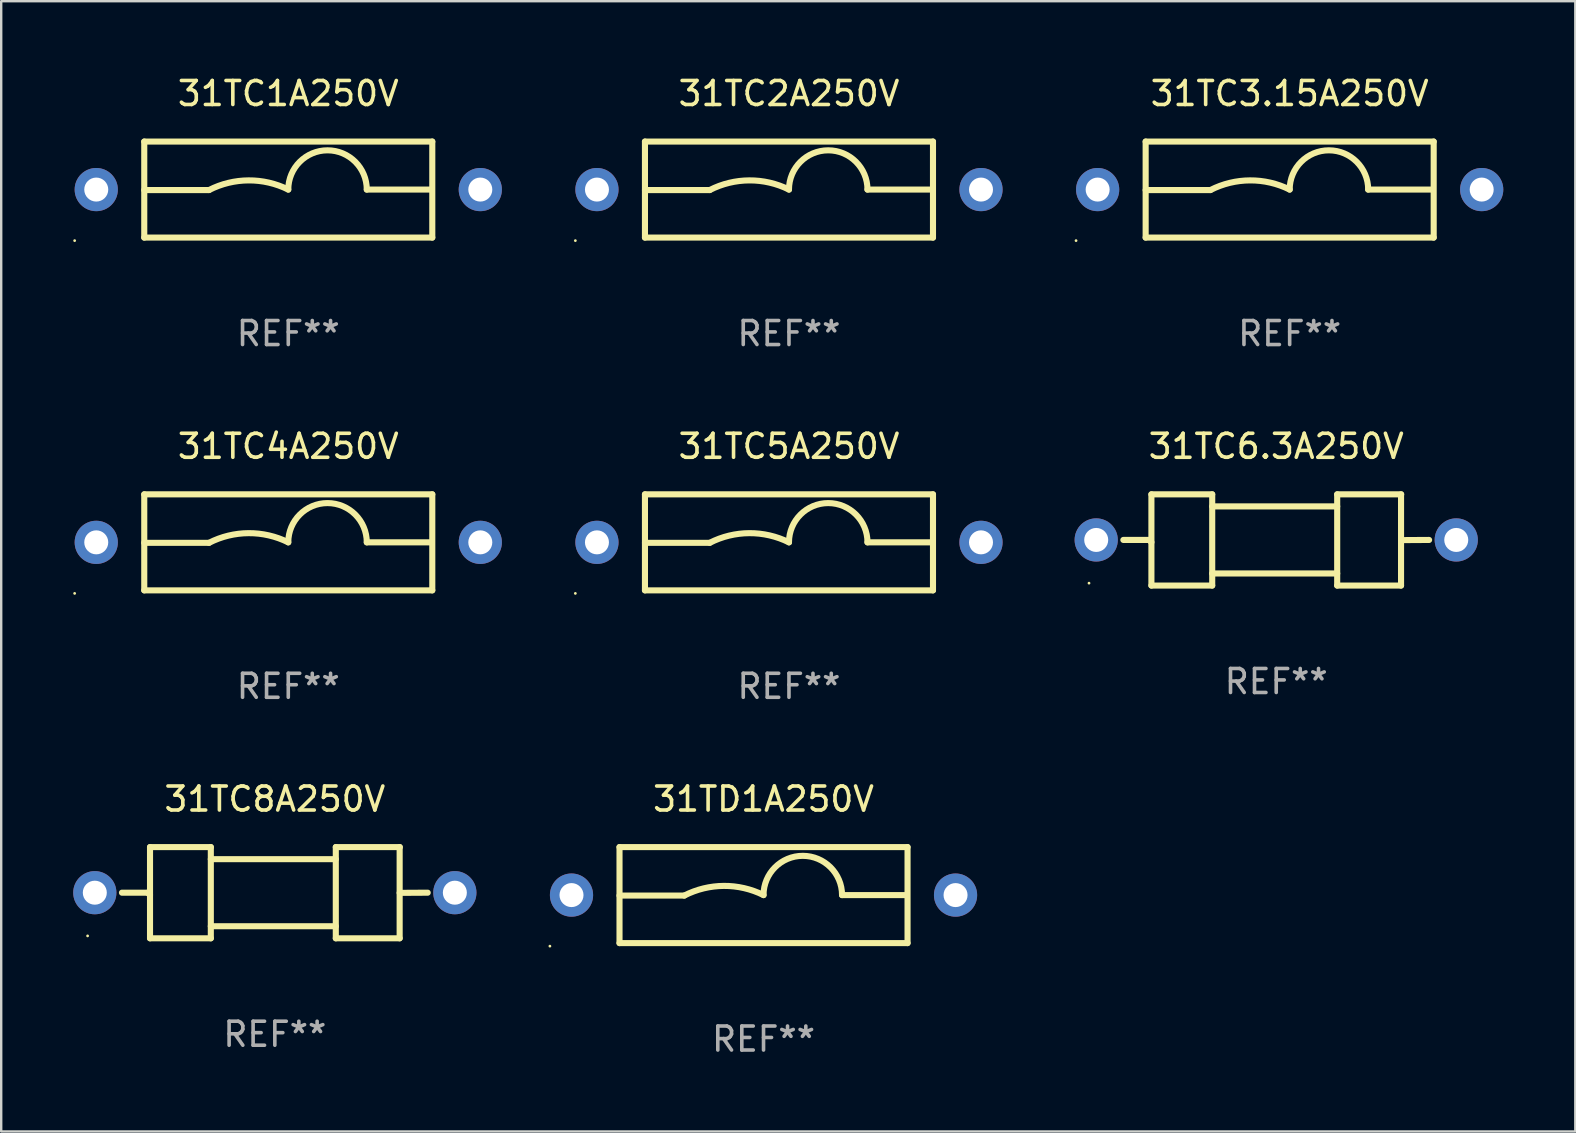
<source format=kicad_pcb>
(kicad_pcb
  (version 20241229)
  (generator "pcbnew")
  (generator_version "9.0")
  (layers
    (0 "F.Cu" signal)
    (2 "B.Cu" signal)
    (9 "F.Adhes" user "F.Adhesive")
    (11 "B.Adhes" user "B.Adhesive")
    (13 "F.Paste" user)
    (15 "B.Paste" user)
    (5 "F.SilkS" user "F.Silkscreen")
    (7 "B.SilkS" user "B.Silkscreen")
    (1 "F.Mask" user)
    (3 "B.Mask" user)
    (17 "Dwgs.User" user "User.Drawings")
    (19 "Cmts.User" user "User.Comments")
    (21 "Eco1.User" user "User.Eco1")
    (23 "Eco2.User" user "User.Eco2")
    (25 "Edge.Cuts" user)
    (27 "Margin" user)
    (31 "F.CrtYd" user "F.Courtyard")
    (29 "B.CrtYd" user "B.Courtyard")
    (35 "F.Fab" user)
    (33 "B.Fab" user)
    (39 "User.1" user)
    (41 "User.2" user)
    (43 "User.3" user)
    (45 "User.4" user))
  (footprint "31TC8A250V"
    (layer "F.Cu")
    (at 8.4 34.141)
    (property "Reference" "31TC8A250V" (at 0 -3.9 0) (layer "F.SilkS") (effects (font (size 1 1) (thickness 0.15))))
    (attr through_hole)
    (fp_line (start -6.369 -0.000013) (end -5.295 -0.000013) (stroke (width 0.254) (type solid)) (layer "F.SilkS"))
    (fp_line (start -5.295 -0.000013) (end -5.2 0.095) (stroke (width 0.254) (type solid)) (layer "F.SilkS"))
    (fp_line (start -5.2 -1.9) (end -5.2 1.9) (stroke (width 0.254) (type solid)) (layer "F.SilkS"))
    (fp_line (start -5.2 -1.9) (end -2.667 -1.9) (stroke (width 0.254) (type solid)) (layer "F.SilkS"))
    (fp_line (start -5.2 1.9) (end -2.667 1.9) (stroke (width 0.254) (type solid)) (layer "F.SilkS"))
    (fp_line (start -2.667 -1.9) (end -2.667 1.9) (stroke (width 0.254) (type solid)) (layer "F.SilkS"))
    (fp_line (start -2.667 -1.397) (end 2.54 -1.397) (stroke (width 0.254) (type solid)) (layer "F.SilkS"))
    (fp_line (start -2.667 1.397) (end 2.54 1.397) (stroke (width 0.254) (type solid)) (layer "F.SilkS"))
    (fp_line (start 2.54 -1.9) (end 2.54 1.9) (stroke (width 0.254) (type solid)) (layer "F.SilkS"))
    (fp_line (start 2.54 -1.9) (end 5.207 -1.9) (stroke (width 0.254) (type solid)) (layer "F.SilkS"))
    (fp_line (start 2.54 1.9) (end 5.2 1.9) (stroke (width 0.254) (type solid)) (layer "F.SilkS"))
    (fp_line (start 5.2 -1.9) (end 5.2 1.9) (stroke (width 0.254) (type solid)) (layer "F.SilkS"))
    (fp_line (start 6.369 -0.000013) (end 5.2 0.007) (stroke (width 0.254) (type solid)) (layer "F.SilkS"))
    (fp_circle (center -7.8 1.8) (end -7.77 1.8) (stroke (width 0.06) (type solid)) (fill no) (layer "F.SilkS"))
    (fp_text user "REF**" (at 0 5.9 0) (layer "F.Fab") (effects (font (size 1 1) (thickness 0.15))))
    (pad "1" thru_hole circle (at -7.5 -0.000013) (size 1.8 1.8) (drill 1) (layers "*.Cu" "*.Mask"))
    (pad "2" thru_hole circle (at 7.5 -0.000013) (size 1.8 1.8) (drill 1) (layers "*.Cu" "*.Mask")))
  (footprint "31TC1A250V"
    (layer "F.Cu")
    (at 8.96 4.848)
    (property "Reference" "31TC1A250V" (at 0 -4 0) (layer "F.SilkS") (effects (font (size 1 1) (thickness 0.15))))
    (attr through_hole)
    (fp_line (start -6 -2) (end 6 -2) (stroke (width 0.254) (type solid)) (layer "F.SilkS"))
    (fp_line (start -6 0.02) (end -3.302 0.02) (stroke (width 0.254) (type solid)) (layer "F.SilkS"))
    (fp_line (start -6 2) (end -6 -2) (stroke (width 0.254) (type solid)) (layer "F.SilkS"))
    (fp_line (start 5.969 0) (end 3.271 0) (stroke (width 0.254) (type solid)) (layer "F.SilkS"))
    (fp_line (start 6 -2) (end 6 2) (stroke (width 0.254) (type solid)) (layer "F.SilkS"))
    (fp_line (start 6 2) (end -6 2) (stroke (width 0.254) (type solid)) (layer "F.SilkS"))
    (fp_arc (start -3.302007 0.020218) (mid -1.653409 -0.382715) (end 0 0) (stroke (width 0.254001) (type solid)) (layer "F.SilkS"))
    (fp_arc (start 0.000001 0) (mid 1.635497 -1.634823) (end 3.270993 0) (stroke (width 0.254001) (type solid)) (layer "F.SilkS"))
    (fp_circle (center -8.9 2.127) (end -8.87 2.127) (stroke (width 0.06) (type solid)) (fill no) (layer "F.SilkS"))
    (fp_text user "REF**" (at 0 6 0) (layer "F.Fab") (effects (font (size 1 1) (thickness 0.15))))
    (pad "1" thru_hole circle (at -8 0) (size 1.8 1.8) (drill 1) (layers "*.Cu" "*.Mask"))
    (pad "2" thru_hole circle (at 8 0) (size 1.8 1.8) (drill 1) (layers "*.Cu" "*.Mask")))
  (footprint "31TC2A250V"
    (layer "F.Cu")
    (at 29.82 4.848)
    (property "Reference" "31TC2A250V" (at 0 -4 0) (layer "F.SilkS") (effects (font (size 1 1) (thickness 0.15))))
    (attr through_hole)
    (fp_line (start -6 -2) (end 6 -2) (stroke (width 0.254) (type solid)) (layer "F.SilkS"))
    (fp_line (start -6 0.02) (end -3.302 0.02) (stroke (width 0.254) (type solid)) (layer "F.SilkS"))
    (fp_line (start -6 2) (end -6 -2) (stroke (width 0.254) (type solid)) (layer "F.SilkS"))
    (fp_line (start 5.969 0) (end 3.271 0) (stroke (width 0.254) (type solid)) (layer "F.SilkS"))
    (fp_line (start 6 -2) (end 6 2) (stroke (width 0.254) (type solid)) (layer "F.SilkS"))
    (fp_line (start 6 2) (end -6 2) (stroke (width 0.254) (type solid)) (layer "F.SilkS"))
    (fp_arc (start -3.302007 0.020218) (mid -1.653409 -0.382715) (end 0 0) (stroke (width 0.254001) (type solid)) (layer "F.SilkS"))
    (fp_arc (start 0.000001 0) (mid 1.635497 -1.634823) (end 3.270993 0) (stroke (width 0.254001) (type solid)) (layer "F.SilkS"))
    (fp_circle (center -8.9 2.127) (end -8.87 2.127) (stroke (width 0.06) (type solid)) (fill no) (layer "F.SilkS"))
    (fp_text user "REF**" (at 0 6 0) (layer "F.Fab") (effects (font (size 1 1) (thickness 0.15))))
    (pad "1" thru_hole circle (at -8 0) (size 1.8 1.8) (drill 1) (layers "*.Cu" "*.Mask"))
    (pad "2" thru_hole circle (at 8 0) (size 1.8 1.8) (drill 1) (layers "*.Cu" "*.Mask")))
  (footprint "31TC5A250V"
    (layer "F.Cu")
    (at 29.82 19.545)
    (property "Reference" "31TC5A250V" (at 0 -4 0) (layer "F.SilkS") (effects (font (size 1 1) (thickness 0.15))))
    (attr through_hole)
    (fp_line (start -6 -2) (end 6 -2) (stroke (width 0.254) (type solid)) (layer "F.SilkS"))
    (fp_line (start -6 0.02) (end -3.302 0.02) (stroke (width 0.254) (type solid)) (layer "F.SilkS"))
    (fp_line (start -6 2) (end -6 -2) (stroke (width 0.254) (type solid)) (layer "F.SilkS"))
    (fp_line (start 5.969 0) (end 3.271 0) (stroke (width 0.254) (type solid)) (layer "F.SilkS"))
    (fp_line (start 6 -2) (end 6 2) (stroke (width 0.254) (type solid)) (layer "F.SilkS"))
    (fp_line (start 6 2) (end -6 2) (stroke (width 0.254) (type solid)) (layer "F.SilkS"))
    (fp_arc (start -3.302007 0.020218) (mid -1.653409 -0.382715) (end 0 0) (stroke (width 0.254001) (type solid)) (layer "F.SilkS"))
    (fp_arc (start 0.000001 0) (mid 1.635497 -1.634823) (end 3.270993 0) (stroke (width 0.254001) (type solid)) (layer "F.SilkS"))
    (fp_circle (center -8.9 2.127) (end -8.87 2.127) (stroke (width 0.06) (type solid)) (fill no) (layer "F.SilkS"))
    (fp_text user "REF**" (at 0 6 0) (layer "F.Fab") (effects (font (size 1 1) (thickness 0.15))))
    (pad "1" thru_hole circle (at -8 0) (size 1.8 1.8) (drill 1) (layers "*.Cu" "*.Mask"))
    (pad "2" thru_hole circle (at 8 0) (size 1.8 1.8) (drill 1) (layers "*.Cu" "*.Mask")))
  (footprint "31TD1A250V"
    (layer "F.Cu")
    (at 28.76 34.241)
    (property "Reference" "31TD1A250V" (at 0 -4 0) (layer "F.SilkS") (effects (font (size 1 1) (thickness 0.15))))
    (attr through_hole)
    (fp_line (start -6 -2) (end 6 -2) (stroke (width 0.254) (type solid)) (layer "F.SilkS"))
    (fp_line (start -6 0.02) (end -3.302 0.02) (stroke (width 0.254) (type solid)) (layer "F.SilkS"))
    (fp_line (start -6 2) (end -6 -2) (stroke (width 0.254) (type solid)) (layer "F.SilkS"))
    (fp_line (start 5.969 0) (end 3.271 0) (stroke (width 0.254) (type solid)) (layer "F.SilkS"))
    (fp_line (start 6 -2) (end 6 2) (stroke (width 0.254) (type solid)) (layer "F.SilkS"))
    (fp_line (start 6 2) (end -6 2) (stroke (width 0.254) (type solid)) (layer "F.SilkS"))
    (fp_arc (start -3.302007 0.020218) (mid -1.653409 -0.382715) (end 0 0) (stroke (width 0.254001) (type solid)) (layer "F.SilkS"))
    (fp_arc (start 0.000001 0) (mid 1.635497 -1.634823) (end 3.270993 0) (stroke (width 0.254001) (type solid)) (layer "F.SilkS"))
    (fp_circle (center -8.9 2.127) (end -8.87 2.127) (stroke (width 0.06) (type solid)) (fill no) (layer "F.SilkS"))
    (fp_text user "REF**" (at 0 6 0) (layer "F.Fab") (effects (font (size 1 1) (thickness 0.15))))
    (pad "1" thru_hole circle (at -8 0) (size 1.8 1.8) (drill 1) (layers "*.Cu" "*.Mask"))
    (pad "2" thru_hole circle (at 8 0) (size 1.8 1.8) (drill 1) (layers "*.Cu" "*.Mask")))
  (footprint "31TC4A250V"
    (layer "F.Cu")
    (at 8.96 19.545)
    (property "Reference" "31TC4A250V" (at 0 -4 0) (layer "F.SilkS") (effects (font (size 1 1) (thickness 0.15))))
    (attr through_hole)
    (fp_line (start -6 -2) (end 6 -2) (stroke (width 0.254) (type solid)) (layer "F.SilkS"))
    (fp_line (start -6 0.02) (end -3.302 0.02) (stroke (width 0.254) (type solid)) (layer "F.SilkS"))
    (fp_line (start -6 2) (end -6 -2) (stroke (width 0.254) (type solid)) (layer "F.SilkS"))
    (fp_line (start 5.969 0) (end 3.271 0) (stroke (width 0.254) (type solid)) (layer "F.SilkS"))
    (fp_line (start 6 -2) (end 6 2) (stroke (width 0.254) (type solid)) (layer "F.SilkS"))
    (fp_line (start 6 2) (end -6 2) (stroke (width 0.254) (type solid)) (layer "F.SilkS"))
    (fp_arc (start -3.302007 0.020218) (mid -1.653409 -0.382715) (end 0 0) (stroke (width 0.254001) (type solid)) (layer "F.SilkS"))
    (fp_arc (start 0.000001 0) (mid 1.635497 -1.634823) (end 3.270993 0) (stroke (width 0.254001) (type solid)) (layer "F.SilkS"))
    (fp_circle (center -8.9 2.127) (end -8.87 2.127) (stroke (width 0.06) (type solid)) (fill no) (layer "F.SilkS"))
    (fp_text user "REF**" (at 0 6 0) (layer "F.Fab") (effects (font (size 1 1) (thickness 0.15))))
    (pad "1" thru_hole circle (at -8 0) (size 1.8 1.8) (drill 1) (layers "*.Cu" "*.Mask"))
    (pad "2" thru_hole circle (at 8 0) (size 1.8 1.8) (drill 1) (layers "*.Cu" "*.Mask")))
  (footprint "31TC6.3A250V"
    (layer "F.Cu")
    (at 50.12 19.445)
    (property "Reference" "31TC6.3A250V" (at 0 -3.9 0) (layer "F.SilkS") (effects (font (size 1 1) (thickness 0.15))))
    (attr through_hole)
    (fp_line (start -6.369 -0.000013) (end -5.295 -0.000013) (stroke (width 0.254) (type solid)) (layer "F.SilkS"))
    (fp_line (start -5.295 -0.000013) (end -5.2 0.095) (stroke (width 0.254) (type solid)) (layer "F.SilkS"))
    (fp_line (start -5.2 -1.9) (end -5.2 1.9) (stroke (width 0.254) (type solid)) (layer "F.SilkS"))
    (fp_line (start -5.2 -1.9) (end -2.667 -1.9) (stroke (width 0.254) (type solid)) (layer "F.SilkS"))
    (fp_line (start -5.2 1.9) (end -2.667 1.9) (stroke (width 0.254) (type solid)) (layer "F.SilkS"))
    (fp_line (start -2.667 -1.9) (end -2.667 1.9) (stroke (width 0.254) (type solid)) (layer "F.SilkS"))
    (fp_line (start -2.667 -1.397) (end 2.54 -1.397) (stroke (width 0.254) (type solid)) (layer "F.SilkS"))
    (fp_line (start -2.667 1.397) (end 2.54 1.397) (stroke (width 0.254) (type solid)) (layer "F.SilkS"))
    (fp_line (start 2.54 -1.9) (end 2.54 1.9) (stroke (width 0.254) (type solid)) (layer "F.SilkS"))
    (fp_line (start 2.54 -1.9) (end 5.207 -1.9) (stroke (width 0.254) (type solid)) (layer "F.SilkS"))
    (fp_line (start 2.54 1.9) (end 5.2 1.9) (stroke (width 0.254) (type solid)) (layer "F.SilkS"))
    (fp_line (start 5.2 -1.9) (end 5.2 1.9) (stroke (width 0.254) (type solid)) (layer "F.SilkS"))
    (fp_line (start 6.369 -0.000013) (end 5.2 0.007) (stroke (width 0.254) (type solid)) (layer "F.SilkS"))
    (fp_circle (center -7.8 1.8) (end -7.77 1.8) (stroke (width 0.06) (type solid)) (fill no) (layer "F.SilkS"))
    (fp_text user "REF**" (at 0 5.9 0) (layer "F.Fab") (effects (font (size 1 1) (thickness 0.15))))
    (pad "1" thru_hole circle (at -7.5 -0.000013) (size 1.8 1.8) (drill 1) (layers "*.Cu" "*.Mask"))
    (pad "2" thru_hole circle (at 7.5 -0.000013) (size 1.8 1.8) (drill 1) (layers "*.Cu" "*.Mask")))
  (footprint "31TC3.15A250V"
    (layer "F.Cu")
    (at 50.68 4.848)
    (property "Reference" "31TC3.15A250V" (at 0 -4 0) (layer "F.SilkS") (effects (font (size 1 1) (thickness 0.15))))
    (attr through_hole)
    (fp_line (start -6 -2) (end 6 -2) (stroke (width 0.254) (type solid)) (layer "F.SilkS"))
    (fp_line (start -6 0.02) (end -3.302 0.02) (stroke (width 0.254) (type solid)) (layer "F.SilkS"))
    (fp_line (start -6 2) (end -6 -2) (stroke (width 0.254) (type solid)) (layer "F.SilkS"))
    (fp_line (start 5.969 0) (end 3.271 0) (stroke (width 0.254) (type solid)) (layer "F.SilkS"))
    (fp_line (start 6 -2) (end 6 2) (stroke (width 0.254) (type solid)) (layer "F.SilkS"))
    (fp_line (start 6 2) (end -6 2) (stroke (width 0.254) (type solid)) (layer "F.SilkS"))
    (fp_arc (start -3.302007 0.020218) (mid -1.653409 -0.382715) (end 0 0) (stroke (width 0.254001) (type solid)) (layer "F.SilkS"))
    (fp_arc (start 0.000001 0) (mid 1.635497 -1.634823) (end 3.270993 0) (stroke (width 0.254001) (type solid)) (layer "F.SilkS"))
    (fp_circle (center -8.9 2.127) (end -8.87 2.127) (stroke (width 0.06) (type solid)) (fill no) (layer "F.SilkS"))
    (fp_text user "REF**" (at 0 6 0) (layer "F.Fab") (effects (font (size 1 1) (thickness 0.15))))
    (pad "1" thru_hole circle (at -8 0) (size 1.8 1.8) (drill 1) (layers "*.Cu" "*.Mask"))
    (pad "2" thru_hole circle (at 8 0) (size 1.8 1.8) (drill 1) (layers "*.Cu" "*.Mask")))
  (gr_rect
    (start -3 -3)
    (end 62.58 44.09)
    (stroke (width 0.1) (type default))
    (fill no)
    (layer "Edge.Cuts")))
</source>
